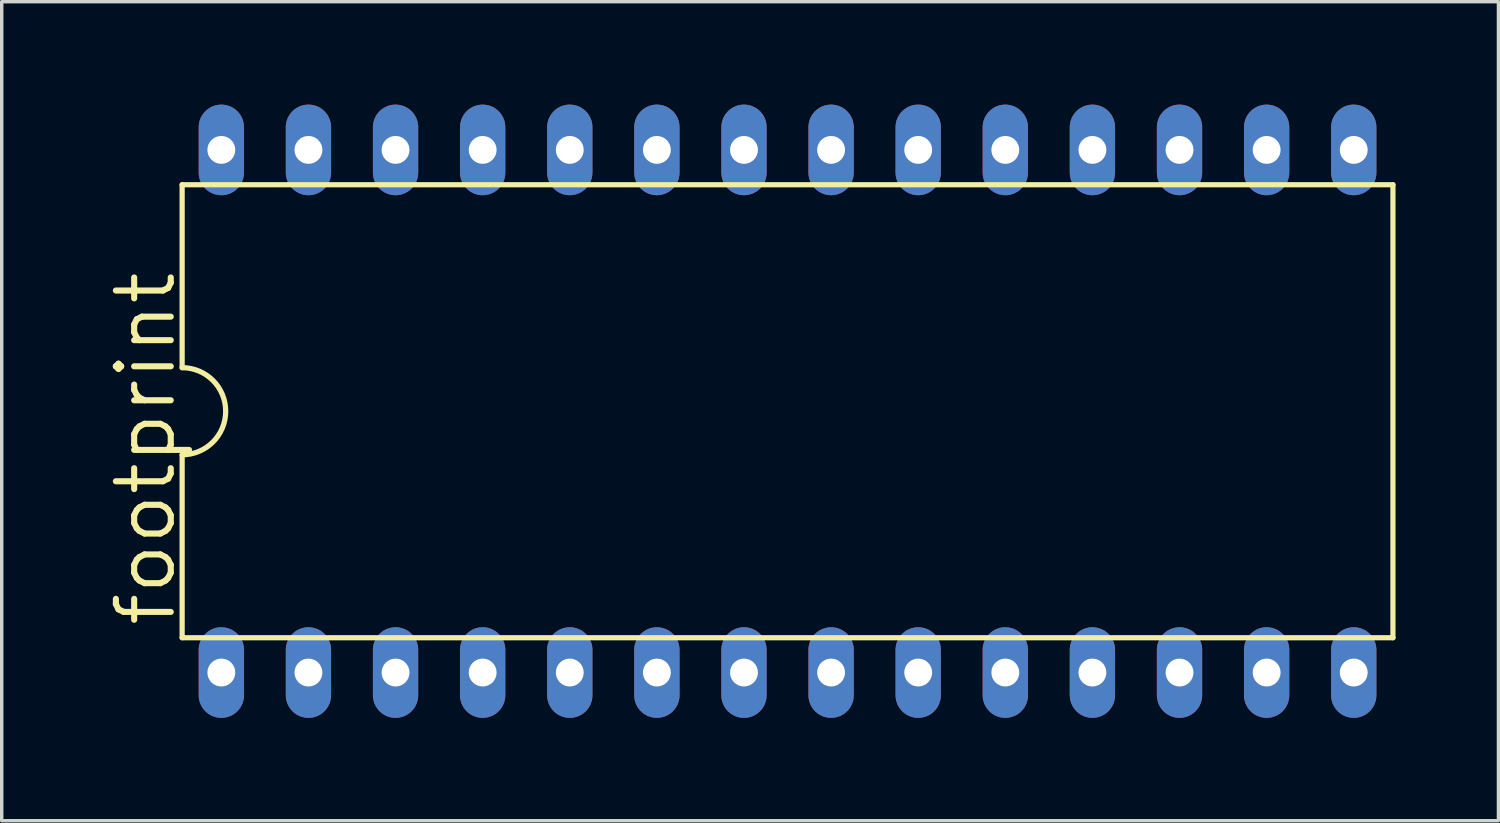
<source format=kicad_pcb>
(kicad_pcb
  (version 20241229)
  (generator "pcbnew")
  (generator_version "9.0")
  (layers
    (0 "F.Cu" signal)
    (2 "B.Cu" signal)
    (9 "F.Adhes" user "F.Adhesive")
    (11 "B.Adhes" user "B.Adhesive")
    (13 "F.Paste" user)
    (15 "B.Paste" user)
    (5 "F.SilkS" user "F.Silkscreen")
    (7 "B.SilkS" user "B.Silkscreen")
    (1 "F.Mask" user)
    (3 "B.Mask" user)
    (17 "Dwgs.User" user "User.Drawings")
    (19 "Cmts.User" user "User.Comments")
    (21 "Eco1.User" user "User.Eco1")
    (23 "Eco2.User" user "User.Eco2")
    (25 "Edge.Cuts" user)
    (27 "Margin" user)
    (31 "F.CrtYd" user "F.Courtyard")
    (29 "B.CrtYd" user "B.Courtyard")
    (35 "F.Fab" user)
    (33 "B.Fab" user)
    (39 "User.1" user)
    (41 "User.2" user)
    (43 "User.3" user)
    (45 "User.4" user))
  (footprint "footprint"
    (layer "F.Cu")
    (at 19.914 8.941)
    (property "Reference" "footprint" (at -17.78 6.35 90) (layer "F.SilkS") (effects (font (size 1.6 1.6) (thickness 0.178)) (justify left bottom)))
    (fp_line (start -17.653 -6.604) (end -17.653 -1.27) (stroke (width 0.152) (type solid)) (layer "F.SilkS"))
    (fp_line (start -17.653 -6.604) (end 17.653 -6.604) (stroke (width 0.152) (type solid)) (layer "F.SilkS"))
    (fp_line (start -17.653 1.27) (end -17.653 6.604) (stroke (width 0.152) (type solid)) (layer "F.SilkS"))
    (fp_line (start -17.653 6.604) (end 17.653 6.604) (stroke (width 0.152) (type solid)) (layer "F.SilkS"))
    (fp_line (start 17.653 6.604) (end 17.653 -6.604) (stroke (width 0.152) (type solid)) (layer "F.SilkS"))
    (fp_arc (start -17.653 -1.27) (mid -16.383 0) (end -17.653 1.27) (stroke (width 0.1524) (type solid)) (layer "F.SilkS"))
    (pad "1" thru_hole oval (at -16.51 7.62 90) (size 2.642 1.321) (drill 0.813) (layers "*.Cu" "*.Mask"))
    (pad "2" thru_hole oval (at -13.97 7.62 90) (size 2.642 1.321) (drill 0.813) (layers "*.Cu" "*.Mask"))
    (pad "3" thru_hole oval (at -11.43 7.62 90) (size 2.642 1.321) (drill 0.813) (layers "*.Cu" "*.Mask"))
    (pad "4" thru_hole oval (at -8.89 7.62 90) (size 2.642 1.321) (drill 0.813) (layers "*.Cu" "*.Mask"))
    (pad "5" thru_hole oval (at -6.35 7.62 90) (size 2.642 1.321) (drill 0.813) (layers "*.Cu" "*.Mask"))
    (pad "6" thru_hole oval (at -3.81 7.62 90) (size 2.642 1.321) (drill 0.813) (layers "*.Cu" "*.Mask"))
    (pad "7" thru_hole oval (at -1.27 7.62 90) (size 2.642 1.321) (drill 0.813) (layers "*.Cu" "*.Mask"))
    (pad "8" thru_hole oval (at 1.27 7.62 90) (size 2.642 1.321) (drill 0.813) (layers "*.Cu" "*.Mask"))
    (pad "9" thru_hole oval (at 3.81 7.62 90) (size 2.642 1.321) (drill 0.813) (layers "*.Cu" "*.Mask"))
    (pad "10" thru_hole oval (at 6.35 7.62 90) (size 2.642 1.321) (drill 0.813) (layers "*.Cu" "*.Mask"))
    (pad "11" thru_hole oval (at 8.89 7.62 90) (size 2.642 1.321) (drill 0.813) (layers "*.Cu" "*.Mask"))
    (pad "12" thru_hole oval (at 11.43 7.62 90) (size 2.642 1.321) (drill 0.813) (layers "*.Cu" "*.Mask"))
    (pad "13" thru_hole oval (at 13.97 7.62 90) (size 2.642 1.321) (drill 0.813) (layers "*.Cu" "*.Mask"))
    (pad "14" thru_hole oval (at 16.51 7.62 90) (size 2.642 1.321) (drill 0.813) (layers "*.Cu" "*.Mask"))
    (pad "15" thru_hole oval (at 16.51 -7.62 90) (size 2.642 1.321) (drill 0.813) (layers "*.Cu" "*.Mask"))
    (pad "16" thru_hole oval (at 13.97 -7.62 90) (size 2.642 1.321) (drill 0.813) (layers "*.Cu" "*.Mask"))
    (pad "17" thru_hole oval (at 11.43 -7.62 90) (size 2.642 1.321) (drill 0.813) (layers "*.Cu" "*.Mask"))
    (pad "18" thru_hole oval (at 8.89 -7.62 90) (size 2.642 1.321) (drill 0.813) (layers "*.Cu" "*.Mask"))
    (pad "19" thru_hole oval (at 6.35 -7.62 90) (size 2.642 1.321) (drill 0.813) (layers "*.Cu" "*.Mask"))
    (pad "20" thru_hole oval (at 3.81 -7.62 90) (size 2.642 1.321) (drill 0.813) (layers "*.Cu" "*.Mask"))
    (pad "21" thru_hole oval (at 1.27 -7.62 90) (size 2.642 1.321) (drill 0.813) (layers "*.Cu" "*.Mask"))
    (pad "22" thru_hole oval (at -1.27 -7.62 90) (size 2.642 1.321) (drill 0.813) (layers "*.Cu" "*.Mask"))
    (pad "23" thru_hole oval (at -3.81 -7.62 90) (size 2.642 1.321) (drill 0.813) (layers "*.Cu" "*.Mask"))
    (pad "24" thru_hole oval (at -6.35 -7.62 90) (size 2.642 1.321) (drill 0.813) (layers "*.Cu" "*.Mask"))
    (pad "25" thru_hole oval (at -8.89 -7.62 90) (size 2.642 1.321) (drill 0.813) (layers "*.Cu" "*.Mask"))
    (pad "26" thru_hole oval (at -11.43 -7.62 90) (size 2.642 1.321) (drill 0.813) (layers "*.Cu" "*.Mask"))
    (pad "27" thru_hole oval (at -13.97 -7.62 90) (size 2.642 1.321) (drill 0.813) (layers "*.Cu" "*.Mask"))
    (pad "28" thru_hole oval (at -16.51 -7.62 90) (size 2.642 1.321) (drill 0.813) (layers "*.Cu" "*.Mask")))
  (gr_rect
    (start -3 -3)
    (end 40.643 20.882)
    (stroke (width 0.1) (type default))
    (fill no)
    (layer "Edge.Cuts")))
</source>
